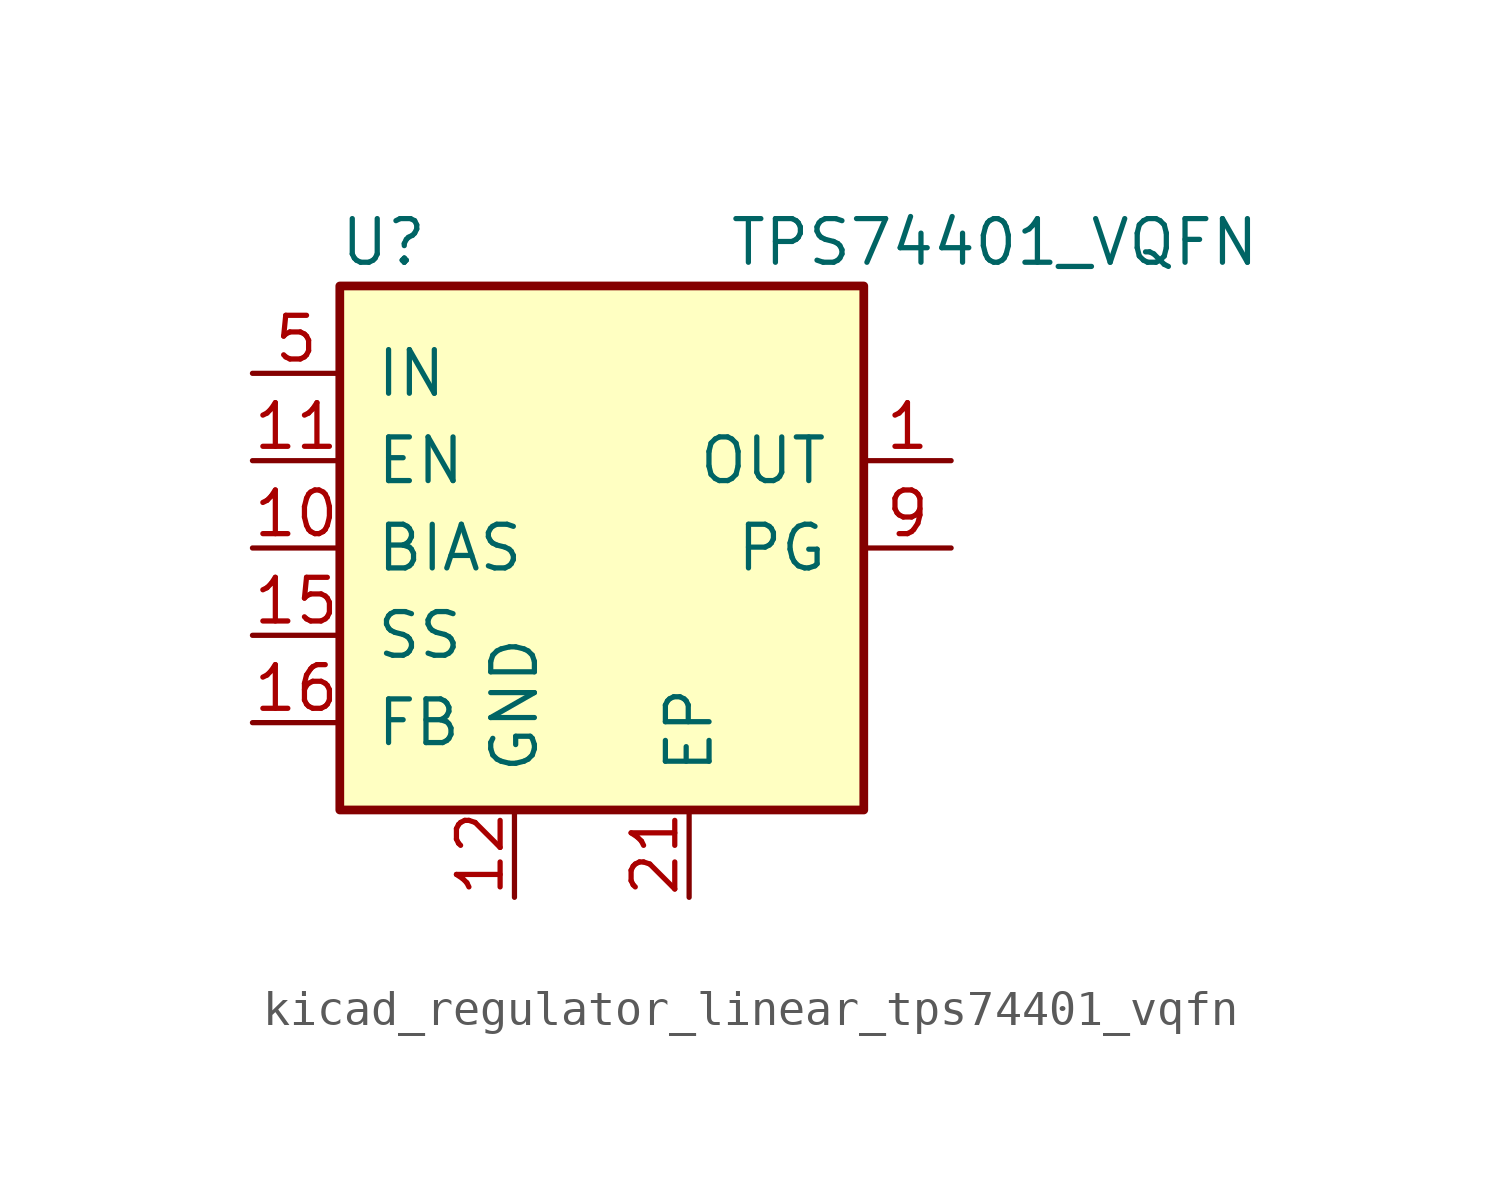
<source format=kicad_sym>
(kicad_symbol_lib
  (version 20220914)
  (generator kicad_symbol_editor)
  (symbol "kicad_regulator_linear_tps74401_vqfn"
    (pin_names
      (offset 1.016))
    (property "Reference" "U"
      (at -6.35 8.89 0)
      (effects (font (size 1.27 1.27))))
    (property "Value" "TPS74401_VQFN"
      (at 11.43 8.89 0)
      (effects (font (size 1.27 1.27))))
    (symbol "kicad_regulator_linear_tps74401_vqfn_0_1"
      (rectangle (start -7.62 7.62) (end 7.62 -7.62) (stroke (width 0.254) (type default)) (fill (type background))))
    (symbol "kicad_regulator_linear_tps74401_vqfn_1_1"
      (pin power_out line (at 10.16 2.54 180) (length 2.54) (name "OUT" (effects (font (size 1.27 1.27)))) (number "1" (effects (font (size 1.27 1.27)))))
      (pin input line (at -10.16 0 0) (length 2.54) (name "BIAS" (effects (font (size 1.27 1.27)))) (number "10" (effects (font (size 1.27 1.27)))))
      (pin input line (at -10.16 2.54 0) (length 2.54) (name "EN" (effects (font (size 1.27 1.27)))) (number "11" (effects (font (size 1.27 1.27)))))
      (pin power_in line (at -2.54 -10.16 90) (length 2.54) (name "GND" (effects (font (size 1.27 1.27)))) (number "12" (effects (font (size 1.27 1.27)))))
      (pin no_connect line (at 0 -7.62 90) (length 2.54) hide (name "NC" (effects (font (size 1.27 1.27)))) (number "13" (effects (font (size 1.27 1.27)))))
      (pin no_connect line (at 7.62 -5.08 180) (length 2.54) hide (name "NC" (effects (font (size 1.27 1.27)))) (number "14" (effects (font (size 1.27 1.27)))))
      (pin input line (at -10.16 -2.54 0) (length 2.54) (name "SS" (effects (font (size 1.27 1.27)))) (number "15" (effects (font (size 1.27 1.27)))))
      (pin input line (at -10.16 -5.08 0) (length 2.54) (name "FB" (effects (font (size 1.27 1.27)))) (number "16" (effects (font (size 1.27 1.27)))))
      (pin no_connect line (at 7.62 -2.54 180) (length 2.54) hide (name "NC" (effects (font (size 1.27 1.27)))) (number "17" (effects (font (size 1.27 1.27)))))
      (pin passive line (at 10.16 2.54 180) (length 2.54) hide (name "OUT" (effects (font (size 1.27 1.27)))) (number "18" (effects (font (size 1.27 1.27)))))
      (pin passive line (at 10.16 2.54 180) (length 2.54) hide (name "OUT" (effects (font (size 1.27 1.27)))) (number "19" (effects (font (size 1.27 1.27)))))
      (pin no_connect line (at -2.54 7.62 270) (length 2.54) hide (name "NC" (effects (font (size 1.27 1.27)))) (number "2" (effects (font (size 1.27 1.27)))))
      (pin passive line (at 10.16 2.54 180) (length 2.54) hide (name "OUT" (effects (font (size 1.27 1.27)))) (number "20" (effects (font (size 1.27 1.27)))))
      (pin power_in line (at 2.54 -10.16 90) (length 2.54) (name "EP" (effects (font (size 1.27 1.27)))) (number "21" (effects (font (size 1.27 1.27)))))
      (pin no_connect line (at 0 7.62 270) (length 2.54) hide (name "NC" (effects (font (size 1.27 1.27)))) (number "3" (effects (font (size 1.27 1.27)))))
      (pin no_connect line (at 2.54 7.62 270) (length 2.54) hide (name "NC" (effects (font (size 1.27 1.27)))) (number "4" (effects (font (size 1.27 1.27)))))
      (pin power_in line (at -10.16 5.08 0) (length 2.54) (name "IN" (effects (font (size 1.27 1.27)))) (number "5" (effects (font (size 1.27 1.27)))))
      (pin passive line (at -10.16 5.08 0) (length 2.54) hide (name "IN" (effects (font (size 1.27 1.27)))) (number "6" (effects (font (size 1.27 1.27)))))
      (pin passive line (at -10.16 5.08 0) (length 2.54) hide (name "IN" (effects (font (size 1.27 1.27)))) (number "7" (effects (font (size 1.27 1.27)))))
      (pin passive line (at -10.16 5.08 0) (length 2.54) hide (name "IN" (effects (font (size 1.27 1.27)))) (number "8" (effects (font (size 1.27 1.27)))))
      (pin output line (at 10.16 0 180) (length 2.54) (name "PG" (effects (font (size 1.27 1.27)))) (number "9" (effects (font (size 1.27 1.27))))))))
</source>
